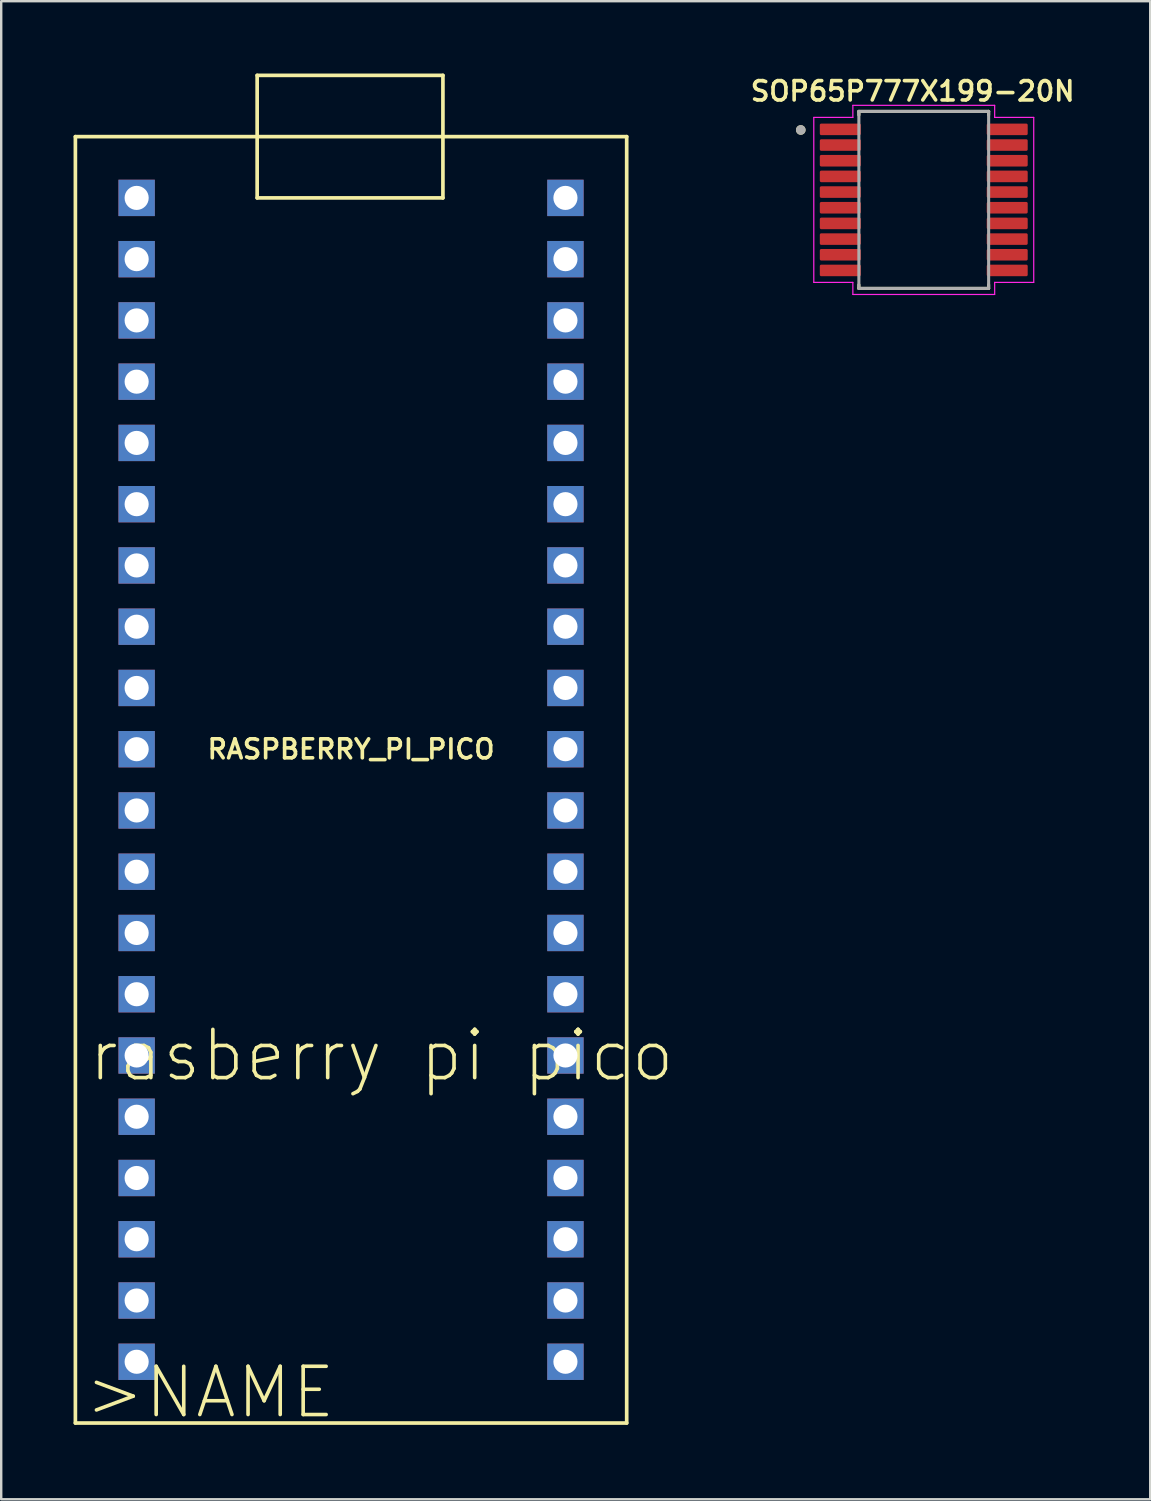
<source format=kicad_pcb>
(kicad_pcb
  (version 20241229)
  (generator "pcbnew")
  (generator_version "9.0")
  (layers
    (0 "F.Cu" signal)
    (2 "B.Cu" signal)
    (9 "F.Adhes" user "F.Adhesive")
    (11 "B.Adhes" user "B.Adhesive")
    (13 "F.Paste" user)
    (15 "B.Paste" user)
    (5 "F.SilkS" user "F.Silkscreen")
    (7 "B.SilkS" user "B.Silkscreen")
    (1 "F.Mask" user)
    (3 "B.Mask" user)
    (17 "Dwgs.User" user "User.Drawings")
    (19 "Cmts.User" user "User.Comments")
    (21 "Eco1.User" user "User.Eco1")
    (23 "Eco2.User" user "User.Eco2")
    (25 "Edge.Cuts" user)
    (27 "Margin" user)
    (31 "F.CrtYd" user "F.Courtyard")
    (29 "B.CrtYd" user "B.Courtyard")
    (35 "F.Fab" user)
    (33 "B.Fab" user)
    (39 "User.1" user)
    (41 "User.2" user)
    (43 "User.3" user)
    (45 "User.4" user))
  (footprint "SOP65P777X199-20N"
    (layer "F.Cu")
    (at 35.254 5.239)
    (property "Reference" "SOP65P777X199-20N" (at -0.46 -4.508 0) (layer "F.SilkS") (effects (font (size 0.8 0.8) (thickness 0.15))))
    (attr smd)
    (fp_line (start -2.69 -3.67) (end 2.69 -3.67) (stroke (width 0.127) (type solid)) (layer "F.SilkS"))
    (fp_line (start -2.69 -3.52) (end -2.69 -3.67) (stroke (width 0.127) (type solid)) (layer "F.SilkS"))
    (fp_line (start -2.69 3.67) (end -2.69 3.52) (stroke (width 0.127) (type solid)) (layer "F.SilkS"))
    (fp_line (start 2.69 -3.67) (end 2.69 -3.52) (stroke (width 0.127) (type solid)) (layer "F.SilkS"))
    (fp_line (start 2.69 3.52) (end 2.69 3.67) (stroke (width 0.127) (type solid)) (layer "F.SilkS"))
    (fp_line (start 2.69 3.67) (end -2.69 3.67) (stroke (width 0.127) (type solid)) (layer "F.SilkS"))
    (fp_circle (center -5.1 -2.9) (end -5 -2.9) (stroke (width 0.2) (type solid)) (fill no) (layer "F.SilkS"))
    (fp_line (start -4.56 -3.42) (end -2.94 -3.42) (stroke (width 0.05) (type solid)) (layer "F.CrtYd"))
    (fp_line (start -4.56 3.42) (end -4.56 -3.42) (stroke (width 0.05) (type solid)) (layer "F.CrtYd"))
    (fp_line (start -2.94 -3.92) (end 2.94 -3.92) (stroke (width 0.05) (type solid)) (layer "F.CrtYd"))
    (fp_line (start -2.94 -3.42) (end -2.94 -3.92) (stroke (width 0.05) (type solid)) (layer "F.CrtYd"))
    (fp_line (start -2.94 3.42) (end -4.56 3.42) (stroke (width 0.05) (type solid)) (layer "F.CrtYd"))
    (fp_line (start -2.94 3.92) (end -2.94 3.42) (stroke (width 0.05) (type solid)) (layer "F.CrtYd"))
    (fp_line (start 2.94 -3.92) (end 2.94 -3.42) (stroke (width 0.05) (type solid)) (layer "F.CrtYd"))
    (fp_line (start 2.94 -3.42) (end 4.56 -3.42) (stroke (width 0.05) (type solid)) (layer "F.CrtYd"))
    (fp_line (start 2.94 3.42) (end 2.94 3.92) (stroke (width 0.05) (type solid)) (layer "F.CrtYd"))
    (fp_line (start 2.94 3.92) (end -2.94 3.92) (stroke (width 0.05) (type solid)) (layer "F.CrtYd"))
    (fp_line (start 4.56 -3.42) (end 4.56 3.42) (stroke (width 0.05) (type solid)) (layer "F.CrtYd"))
    (fp_line (start 4.56 3.42) (end 2.94 3.42) (stroke (width 0.05) (type solid)) (layer "F.CrtYd"))
    (fp_line (start -2.69 -3.67) (end 2.69 -3.67) (stroke (width 0.127) (type solid)) (layer "F.Fab"))
    (fp_line (start -2.69 3.67) (end -2.69 -3.67) (stroke (width 0.127) (type solid)) (layer "F.Fab"))
    (fp_line (start 2.69 -3.67) (end 2.69 3.67) (stroke (width 0.127) (type solid)) (layer "F.Fab"))
    (fp_line (start 2.69 3.67) (end -2.69 3.67) (stroke (width 0.127) (type solid)) (layer "F.Fab"))
    (fp_circle (center -5.1 -2.9) (end -5 -2.9) (stroke (width 0.2) (type solid)) (fill no) (layer "F.Fab"))
    (pad "1" smd roundrect (at -3.46 -2.925) (size 1.7 0.48) (layers "F.Cu" "F.Mask" "F.Paste") (roundrect_rratio 0.125))
    (pad "2" smd roundrect (at -3.46 -2.275) (size 1.7 0.48) (layers "F.Cu" "F.Mask" "F.Paste") (roundrect_rratio 0.125))
    (pad "3" smd roundrect (at -3.46 -1.625) (size 1.7 0.48) (layers "F.Cu" "F.Mask" "F.Paste") (roundrect_rratio 0.125))
    (pad "4" smd roundrect (at -3.46 -0.975) (size 1.7 0.48) (layers "F.Cu" "F.Mask" "F.Paste") (roundrect_rratio 0.125))
    (pad "5" smd roundrect (at -3.46 -0.325) (size 1.7 0.48) (layers "F.Cu" "F.Mask" "F.Paste") (roundrect_rratio 0.125))
    (pad "6" smd roundrect (at -3.46 0.325) (size 1.7 0.48) (layers "F.Cu" "F.Mask" "F.Paste") (roundrect_rratio 0.125))
    (pad "7" smd roundrect (at -3.46 0.975) (size 1.7 0.48) (layers "F.Cu" "F.Mask" "F.Paste") (roundrect_rratio 0.125))
    (pad "8" smd roundrect (at -3.46 1.625) (size 1.7 0.48) (layers "F.Cu" "F.Mask" "F.Paste") (roundrect_rratio 0.125))
    (pad "9" smd roundrect (at -3.46 2.275) (size 1.7 0.48) (layers "F.Cu" "F.Mask" "F.Paste") (roundrect_rratio 0.125))
    (pad "10" smd roundrect (at -3.46 2.925) (size 1.7 0.48) (layers "F.Cu" "F.Mask" "F.Paste") (roundrect_rratio 0.125))
    (pad "11" smd roundrect (at 3.46 2.925) (size 1.7 0.48) (layers "F.Cu" "F.Mask" "F.Paste") (roundrect_rratio 0.125))
    (pad "12" smd roundrect (at 3.46 2.275) (size 1.7 0.48) (layers "F.Cu" "F.Mask" "F.Paste") (roundrect_rratio 0.125))
    (pad "13" smd roundrect (at 3.46 1.625) (size 1.7 0.48) (layers "F.Cu" "F.Mask" "F.Paste") (roundrect_rratio 0.125))
    (pad "14" smd roundrect (at 3.46 0.975) (size 1.7 0.48) (layers "F.Cu" "F.Mask" "F.Paste") (roundrect_rratio 0.125))
    (pad "15" smd roundrect (at 3.46 0.325) (size 1.7 0.48) (layers "F.Cu" "F.Mask" "F.Paste") (roundrect_rratio 0.125))
    (pad "16" smd roundrect (at 3.46 -0.325) (size 1.7 0.48) (layers "F.Cu" "F.Mask" "F.Paste") (roundrect_rratio 0.125))
    (pad "17" smd roundrect (at 3.46 -0.975) (size 1.7 0.48) (layers "F.Cu" "F.Mask" "F.Paste") (roundrect_rratio 0.125))
    (pad "18" smd roundrect (at 3.46 -1.625) (size 1.7 0.48) (layers "F.Cu" "F.Mask" "F.Paste") (roundrect_rratio 0.125))
    (pad "19" smd roundrect (at 3.46 -2.275) (size 1.7 0.48) (layers "F.Cu" "F.Mask" "F.Paste") (roundrect_rratio 0.125))
    (pad "20" smd roundrect (at 3.46 -2.925) (size 1.7 0.48) (layers "F.Cu" "F.Mask" "F.Paste") (roundrect_rratio 0.125)))
  (footprint "RASPBERRY_PI_PICO"
    (layer "F.Cu")
    (at 11.506 28.016)
    (property "Reference" "RASPBERRY_PI_PICO" (at 0 0 0) (layer "F.SilkS") (effects (font (size 0.787 0.787) (thickness 0.15))))
    (attr through_hole)
    (fp_line (start -11.43 -25.4) (end -11.43 27.94) (stroke (width 0.152) (type solid)) (layer "F.SilkS"))
    (fp_line (start -11.43 27.94) (end 11.43 27.94) (stroke (width 0.152) (type solid)) (layer "F.SilkS"))
    (fp_line (start -3.893 -27.94) (end -3.893 -22.86) (stroke (width 0.152) (type solid)) (layer "F.SilkS"))
    (fp_line (start -3.893 -22.86) (end 3.81 -22.86) (stroke (width 0.152) (type solid)) (layer "F.SilkS"))
    (fp_line (start 3.81 -27.94) (end -3.893 -27.94) (stroke (width 0.152) (type solid)) (layer "F.SilkS"))
    (fp_line (start 3.81 -22.86) (end 3.81 -27.94) (stroke (width 0.152) (type solid)) (layer "F.SilkS"))
    (fp_line (start 11.43 -25.4) (end -11.43 -25.4) (stroke (width 0.152) (type solid)) (layer "F.SilkS"))
    (fp_line (start 11.43 27.94) (end 11.43 -25.4) (stroke (width 0.152) (type solid)) (layer "F.SilkS"))
    (fp_text user ">NAME " (at -5.08 26.67 0) (layer "F.SilkS") (effects (font (size 2 2) (thickness 0.15))))
    (fp_text user "rasberry pi pico" (at 1.27 12.7 0) (layer "F.SilkS") (effects (font (size 2 2) (thickness 0.15))))
    (pad "3V3" thru_hole rect (at 8.89 -12.7) (size 1.508 1.508) (drill 1) (layers "*.Cu" "*.Mask"))
    (pad "3V3_EN" thru_hole rect (at 8.89 -15.24) (size 1.508 1.508) (drill 1) (layers "*.Cu" "*.Mask"))
    (pad "ADC_VREF" thru_hole rect (at 8.89 -10.16) (size 1.508 1.508) (drill 1) (layers "*.Cu" "*.Mask"))
    (pad "AGND" thru_hole rect (at 8.89 -5.08) (size 1.508 1.508) (drill 1) (layers "*.Cu" "*.Mask"))
    (pad "GND" thru_hole rect (at 8.89 -17.78) (size 1.508 1.508) (drill 1) (layers "*.Cu" "*.Mask"))
    (pad "GND2" thru_hole rect (at 8.89 7.62) (size 1.508 1.508) (drill 1) (layers "*.Cu" "*.Mask"))
    (pad "GND3" thru_hole rect (at 8.89 20.32) (size 1.508 1.508) (drill 1) (layers "*.Cu" "*.Mask"))
    (pad "GND4" thru_hole rect (at -8.89 -17.78) (size 1.508 1.508) (drill 1) (layers "*.Cu" "*.Mask"))
    (pad "GND5" thru_hole rect (at -8.89 -5.08) (size 1.508 1.508) (drill 1) (layers "*.Cu" "*.Mask"))
    (pad "GND6" thru_hole rect (at -8.89 7.62) (size 1.508 1.508) (drill 1) (layers "*.Cu" "*.Mask"))
    (pad "GND7" thru_hole rect (at -8.89 20.32) (size 1.508 1.508) (drill 1) (layers "*.Cu" "*.Mask"))
    (pad "GP0" thru_hole rect (at -8.89 -22.86) (size 1.508 1.508) (drill 1) (layers "*.Cu" "*.Mask"))
    (pad "GP1" thru_hole rect (at -8.89 -20.32) (size 1.508 1.508) (drill 1) (layers "*.Cu" "*.Mask"))
    (pad "GP2" thru_hole rect (at -8.89 -15.24) (size 1.508 1.508) (drill 1) (layers "*.Cu" "*.Mask"))
    (pad "GP3" thru_hole rect (at -8.89 -12.7) (size 1.508 1.508) (drill 1) (layers "*.Cu" "*.Mask"))
    (pad "GP4" thru_hole rect (at -8.89 -10.16) (size 1.508 1.508) (drill 1) (layers "*.Cu" "*.Mask"))
    (pad "GP5" thru_hole rect (at -8.89 -7.62) (size 1.508 1.508) (drill 1) (layers "*.Cu" "*.Mask"))
    (pad "GP6" thru_hole rect (at -8.89 -2.54) (size 1.508 1.508) (drill 1) (layers "*.Cu" "*.Mask"))
    (pad "GP7" thru_hole rect (at -8.89 0) (size 1.508 1.508) (drill 1) (layers "*.Cu" "*.Mask"))
    (pad "GP8" thru_hole rect (at -8.89 2.54) (size 1.508 1.508) (drill 1) (layers "*.Cu" "*.Mask"))
    (pad "GP9" thru_hole rect (at -8.89 5.08) (size 1.508 1.508) (drill 1) (layers "*.Cu" "*.Mask"))
    (pad "GP10" thru_hole rect (at -8.89 10.16) (size 1.508 1.508) (drill 1) (layers "*.Cu" "*.Mask"))
    (pad "GP11" thru_hole rect (at -8.89 12.7) (size 1.508 1.508) (drill 1) (layers "*.Cu" "*.Mask"))
    (pad "GP12" thru_hole rect (at -8.89 15.24) (size 1.508 1.508) (drill 1) (layers "*.Cu" "*.Mask"))
    (pad "GP13" thru_hole rect (at -8.89 17.78) (size 1.508 1.508) (drill 1) (layers "*.Cu" "*.Mask"))
    (pad "GP14" thru_hole rect (at -8.89 22.86) (size 1.508 1.508) (drill 1) (layers "*.Cu" "*.Mask"))
    (pad "GP15" thru_hole rect (at -8.89 25.4) (size 1.508 1.508) (drill 1) (layers "*.Cu" "*.Mask"))
    (pad "GP16" thru_hole rect (at 8.89 25.4) (size 1.508 1.508) (drill 1) (layers "*.Cu" "*.Mask"))
    (pad "GP17" thru_hole rect (at 8.89 22.86) (size 1.508 1.508) (drill 1) (layers "*.Cu" "*.Mask"))
    (pad "GP18" thru_hole rect (at 8.89 17.78) (size 1.508 1.508) (drill 1) (layers "*.Cu" "*.Mask"))
    (pad "GP19" thru_hole rect (at 8.89 15.24) (size 1.508 1.508) (drill 1) (layers "*.Cu" "*.Mask"))
    (pad "GP20" thru_hole rect (at 8.89 12.7) (size 1.508 1.508) (drill 1) (layers "*.Cu" "*.Mask"))
    (pad "GP21" thru_hole rect (at 8.89 10.16) (size 1.508 1.508) (drill 1) (layers "*.Cu" "*.Mask"))
    (pad "GP22" thru_hole rect (at 8.89 5.08) (size 1.508 1.508) (drill 1) (layers "*.Cu" "*.Mask"))
    (pad "GP26_A0" thru_hole rect (at 8.89 0) (size 1.508 1.508) (drill 1) (layers "*.Cu" "*.Mask"))
    (pad "GP27_A1" thru_hole rect (at 8.89 -2.54) (size 1.508 1.508) (drill 1) (layers "*.Cu" "*.Mask"))
    (pad "GP28_A2" thru_hole rect (at 8.89 -7.62) (size 1.508 1.508) (drill 1) (layers "*.Cu" "*.Mask"))
    (pad "RUN" thru_hole rect (at 8.89 2.54) (size 1.508 1.508) (drill 1) (layers "*.Cu" "*.Mask"))
    (pad "VBUS" thru_hole rect (at 8.89 -22.86) (size 1.508 1.508) (drill 1) (layers "*.Cu" "*.Mask"))
    (pad "VSYS" thru_hole rect (at 8.89 -20.32) (size 1.508 1.508) (drill 1) (layers "*.Cu" "*.Mask")))
  (gr_rect
    (start -3 -3)
    (end 44.644 59.119)
    (stroke (width 0.1) (type default))
    (fill no)
    (layer "Edge.Cuts")))
</source>
